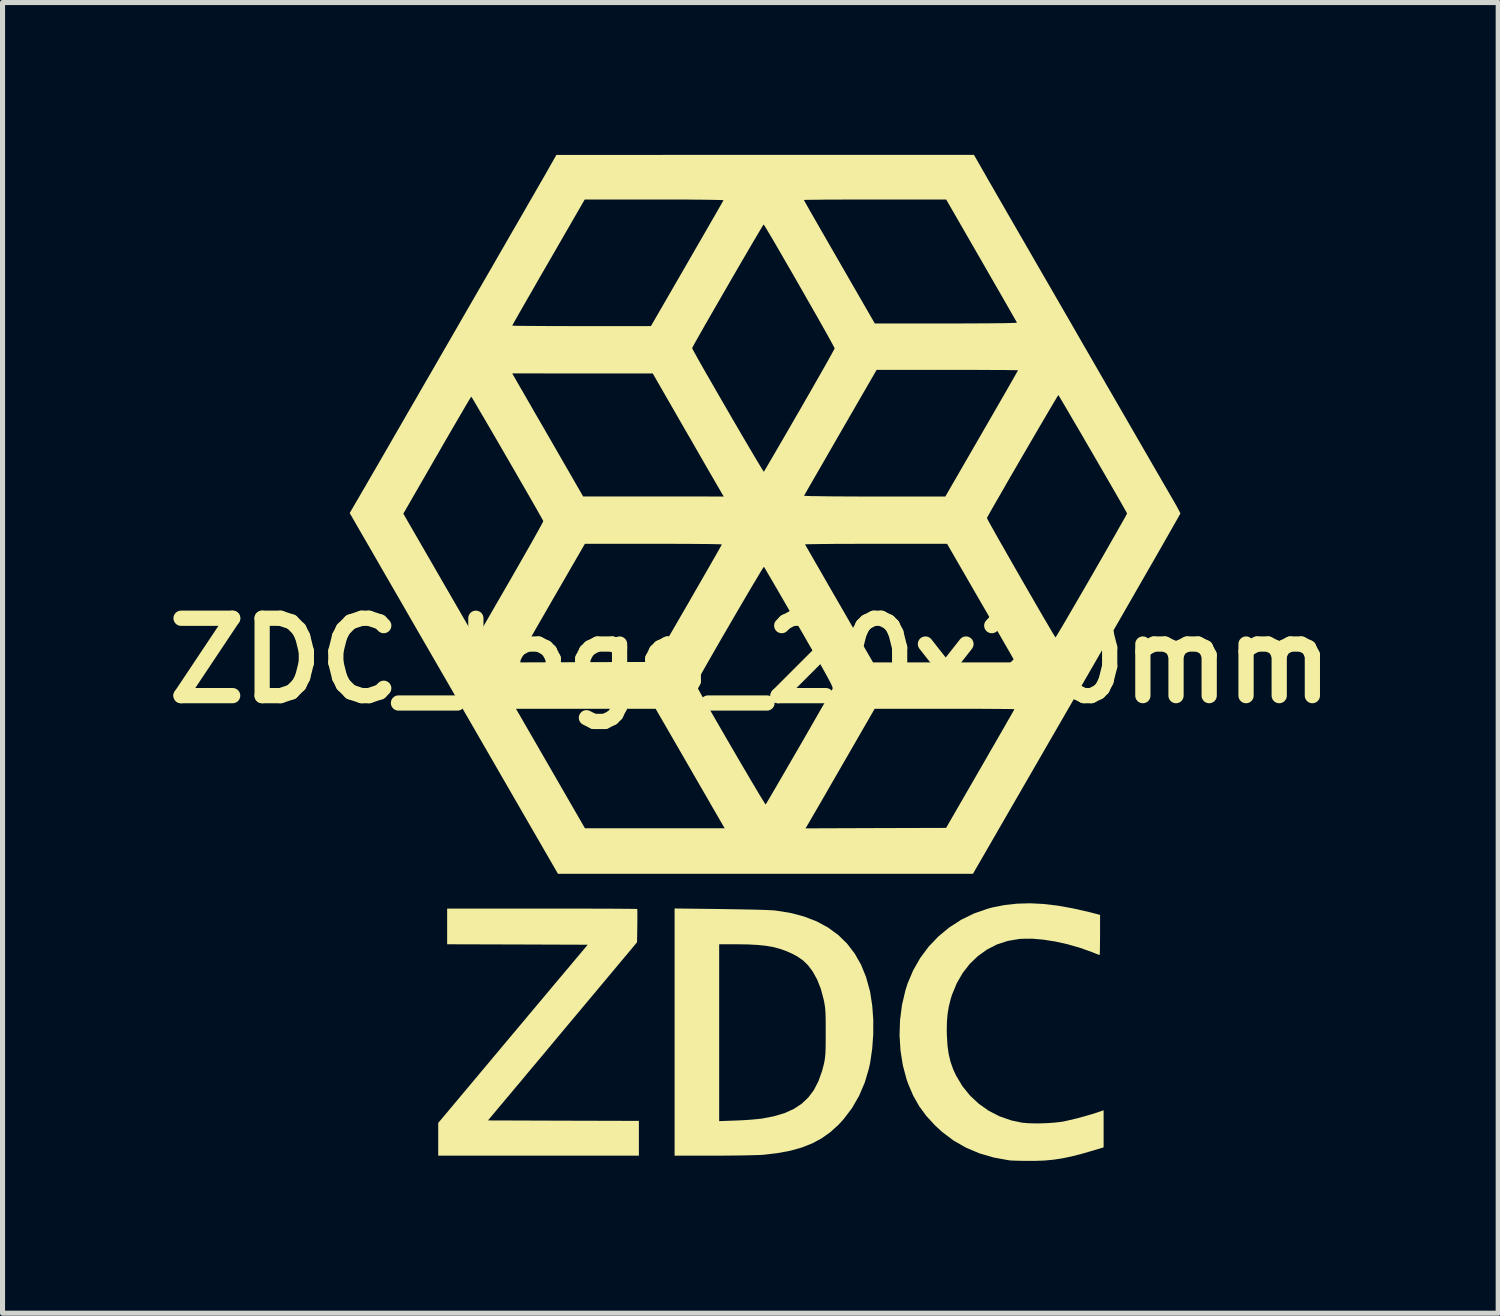
<source format=kicad_pcb>
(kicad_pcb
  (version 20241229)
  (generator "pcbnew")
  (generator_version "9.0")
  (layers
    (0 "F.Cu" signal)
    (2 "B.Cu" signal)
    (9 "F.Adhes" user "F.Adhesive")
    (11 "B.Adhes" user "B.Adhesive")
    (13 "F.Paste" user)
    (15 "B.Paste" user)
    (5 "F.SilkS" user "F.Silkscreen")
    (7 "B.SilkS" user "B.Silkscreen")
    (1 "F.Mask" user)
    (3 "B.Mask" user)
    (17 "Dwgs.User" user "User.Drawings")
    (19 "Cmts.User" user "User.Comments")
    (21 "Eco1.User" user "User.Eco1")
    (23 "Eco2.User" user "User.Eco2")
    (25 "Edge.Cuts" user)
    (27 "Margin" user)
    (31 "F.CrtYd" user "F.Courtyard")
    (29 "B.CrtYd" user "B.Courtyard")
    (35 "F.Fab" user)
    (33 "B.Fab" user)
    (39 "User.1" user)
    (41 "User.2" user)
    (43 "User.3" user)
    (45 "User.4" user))
  (footprint "ZDC_logo_20x20mm"
    (layer "F.Cu")
    (at 11.728 9.96)
    (property "Reference" "ZDC_logo_20x20mm" (at 0 0 0) (layer "F.SilkS") (effects (font (size 1.524 1.524) (thickness 0.3))))
    (attr board_only exclude_from_pos_files exclude_from_bom)
    (fp_poly (pts (xy -3.851 4.883) (xy -3.608 4.884) (xy -3.377 4.884) (xy -3.161 4.884) (xy -2.962 4.885) (xy -2.781 4.885) (xy -2.622 4.886) (xy -2.487 4.887) (xy -2.378 4.888) (xy -2.297 4.889) (xy -2.247 4.89) (xy -2.229 4.891) (xy -2.227 4.91) (xy -2.226 4.958) (xy -2.226 5.03) (xy -2.226 5.121) (xy -2.227 5.222) (xy -2.232 5.546) (xy -3.325 6.853) (xy -3.49 7.05) (xy -3.656 7.248) (xy -3.82 7.445) (xy -3.98 7.636) (xy -4.133 7.82) (xy -4.279 7.993) (xy -4.413 8.153) (xy -4.533 8.298) (xy -4.639 8.423) (xy -4.726 8.528) (xy -4.793 8.607) (xy -5.168 9.055) (xy -3.682 9.06) (xy -2.196 9.064) (xy -2.196 9.749) (xy -6.148 9.749) (xy -6.148 9.105) (xy -5.222 8) (xy -5.062 7.809) (xy -4.896 7.611) (xy -4.727 7.409) (xy -4.558 7.208) (xy -4.392 7.01) (xy -4.234 6.821) (xy -4.085 6.644) (xy -3.95 6.483) (xy -3.832 6.342) (xy -3.75 6.245) (xy -3.204 5.595) (xy -4.588 5.59) (xy -5.972 5.586) (xy -5.972 4.883) (xy -4.105 4.883)) (stroke (width 0) (type solid)) (fill yes) (layer "F.SilkS"))
    (fp_poly (pts (xy -0.584 4.892) (xy -0.403 4.895) (xy -0.227 4.898) (xy -0.061 4.901) (xy 0.09 4.904) (xy 0.224 4.908) (xy 0.336 4.912) (xy 0.421 4.916) (xy 0.476 4.92) (xy 0.483 4.92) (xy 0.782 4.967) (xy 1.056 5.039) (xy 1.305 5.135) (xy 1.53 5.257) (xy 1.73 5.403) (xy 1.905 5.574) (xy 2.054 5.769) (xy 2.179 5.988) (xy 2.278 6.232) (xy 2.352 6.5) (xy 2.361 6.543) (xy 2.4 6.801) (xy 2.42 7.076) (xy 2.419 7.36) (xy 2.399 7.641) (xy 2.36 7.909) (xy 2.335 8.028) (xy 2.252 8.31) (xy 2.14 8.572) (xy 2 8.814) (xy 1.832 9.035) (xy 1.73 9.145) (xy 1.574 9.286) (xy 1.404 9.407) (xy 1.218 9.507) (xy 1.014 9.588) (xy 0.786 9.652) (xy 0.533 9.699) (xy 0.263 9.731) (xy 0.202 9.735) (xy 0.111 9.738) (xy -0.006 9.741) (xy -0.143 9.744) (xy -0.296 9.746) (xy -0.46 9.748) (xy -0.63 9.749) (xy -0.716 9.749) (xy -1.493 9.749) (xy -1.493 5.586) (xy -0.615 5.586) (xy -0.615 9.069) (xy -0.285 9.057) (xy -0.165 9.052) (xy -0.042 9.044) (xy 0.073 9.035) (xy 0.171 9.025) (xy 0.225 9.019) (xy 0.464 8.973) (xy 0.673 8.911) (xy 0.854 8.829) (xy 1.009 8.727) (xy 1.141 8.603) (xy 1.251 8.455) (xy 1.34 8.282) (xy 1.411 8.082) (xy 1.444 7.957) (xy 1.456 7.903) (xy 1.465 7.851) (xy 1.472 7.797) (xy 1.477 7.735) (xy 1.48 7.659) (xy 1.482 7.564) (xy 1.483 7.444) (xy 1.483 7.325) (xy 1.483 7.18) (xy 1.482 7.064) (xy 1.48 6.972) (xy 1.476 6.898) (xy 1.471 6.835) (xy 1.463 6.779) (xy 1.453 6.723) (xy 1.443 6.675) (xy 1.387 6.464) (xy 1.314 6.28) (xy 1.225 6.119) (xy 1.219 6.111) (xy 1.134 5.998) (xy 1.039 5.906) (xy 0.926 5.827) (xy 0.817 5.769) (xy 0.695 5.716) (xy 0.572 5.673) (xy 0.441 5.639) (xy 0.298 5.615) (xy 0.137 5.599) (xy -0.047 5.589) (xy -0.261 5.586) (xy -0.277 5.586) (xy -0.615 5.586) (xy -1.493 5.586) (xy -1.493 4.881)) (stroke (width 0) (type solid)) (fill yes) (layer "F.SilkS"))
    (fp_poly (pts (xy 5.77 4.792) (xy 6.051 4.825) (xy 6.352 4.879) (xy 6.677 4.953) (xy 6.82 4.99) (xy 6.886 5.008) (xy 6.886 5.402) (xy 6.885 5.516) (xy 6.884 5.616) (xy 6.883 5.699) (xy 6.881 5.76) (xy 6.879 5.792) (xy 6.877 5.797) (xy 6.858 5.791) (xy 6.815 5.775) (xy 6.756 5.752) (xy 6.74 5.745) (xy 6.498 5.658) (xy 6.252 5.587) (xy 6.007 5.532) (xy 5.77 5.495) (xy 5.546 5.476) (xy 5.343 5.478) (xy 5.293 5.482) (xy 5.068 5.52) (xy 4.857 5.589) (xy 4.661 5.689) (xy 4.482 5.817) (xy 4.321 5.971) (xy 4.181 6.151) (xy 4.064 6.353) (xy 3.972 6.577) (xy 3.945 6.661) (xy 3.908 6.811) (xy 3.883 6.959) (xy 3.87 7.116) (xy 3.867 7.292) (xy 3.87 7.395) (xy 3.882 7.587) (xy 3.906 7.755) (xy 3.943 7.906) (xy 3.994 8.05) (xy 4.049 8.169) (xy 4.174 8.379) (xy 4.325 8.566) (xy 4.499 8.728) (xy 4.694 8.865) (xy 4.908 8.975) (xy 5.139 9.055) (xy 5.355 9.1) (xy 5.454 9.109) (xy 5.576 9.113) (xy 5.714 9.113) (xy 5.855 9.108) (xy 5.99 9.098) (xy 6.108 9.085) (xy 6.174 9.074) (xy 6.294 9.047) (xy 6.432 9.014) (xy 6.573 8.976) (xy 6.707 8.937) (xy 6.82 8.902) (xy 6.829 8.899) (xy 6.956 8.855) (xy 6.956 9.586) (xy 6.714 9.658) (xy 6.499 9.72) (xy 6.308 9.768) (xy 6.132 9.804) (xy 5.962 9.829) (xy 5.792 9.845) (xy 5.612 9.851) (xy 5.478 9.852) (xy 5.372 9.851) (xy 5.274 9.849) (xy 5.192 9.847) (xy 5.132 9.844) (xy 5.103 9.842) (xy 4.797 9.787) (xy 4.512 9.704) (xy 4.247 9.592) (xy 4.002 9.452) (xy 3.776 9.282) (xy 3.635 9.152) (xy 3.463 8.965) (xy 3.322 8.772) (xy 3.205 8.565) (xy 3.108 8.337) (xy 3.076 8.247) (xy 3.002 7.97) (xy 2.956 7.679) (xy 2.937 7.38) (xy 2.947 7.079) (xy 2.985 6.784) (xy 3.051 6.5) (xy 3.095 6.36) (xy 3.206 6.098) (xy 3.345 5.855) (xy 3.511 5.632) (xy 3.703 5.431) (xy 3.917 5.254) (xy 4.151 5.103) (xy 4.405 4.979) (xy 4.676 4.885) (xy 4.778 4.858) (xy 5.013 4.812) (xy 5.255 4.786) (xy 5.506 4.779)) (stroke (width 0) (type solid)) (fill yes) (layer "F.SilkS"))
    (fp_poly (pts (xy 4.551 -9.701) (xy 4.584 -9.643) (xy 4.633 -9.558) (xy 4.695 -9.448) (xy 4.771 -9.318) (xy 4.856 -9.169) (xy 4.951 -9.005) (xy 5.052 -8.829) (xy 5.159 -8.644) (xy 5.269 -8.453) (xy 5.373 -8.273) (xy 5.495 -8.062) (xy 5.622 -7.842) (xy 5.753 -7.615) (xy 5.884 -7.389) (xy 6.012 -7.167) (xy 6.135 -6.954) (xy 6.25 -6.755) (xy 6.354 -6.575) (xy 6.444 -6.418) (xy 6.478 -6.359) (xy 6.599 -6.149) (xy 6.726 -5.93) (xy 6.856 -5.704) (xy 6.989 -5.473) (xy 7.124 -5.24) (xy 7.258 -5.008) (xy 7.391 -4.778) (xy 7.521 -4.553) (xy 7.646 -4.336) (xy 7.766 -4.129) (xy 7.878 -3.935) (xy 7.982 -3.755) (xy 8.076 -3.593) (xy 8.158 -3.451) (xy 8.228 -3.331) (xy 8.283 -3.235) (xy 8.323 -3.167) (xy 8.332 -3.151) (xy 8.379 -3.069) (xy 8.419 -2.997) (xy 8.448 -2.94) (xy 8.465 -2.905) (xy 8.467 -2.898) (xy 8.458 -2.88) (xy 8.433 -2.834) (xy 8.391 -2.76) (xy 8.334 -2.66) (xy 8.263 -2.535) (xy 8.178 -2.386) (xy 8.08 -2.214) (xy 7.97 -2.022) (xy 7.848 -1.81) (xy 7.716 -1.58) (xy 7.574 -1.333) (xy 7.423 -1.07) (xy 7.264 -0.793) (xy 7.097 -0.503) (xy 6.923 -0.201) (xy 6.743 0.11) (xy 6.558 0.431) (xy 6.425 0.662) (xy 4.383 4.198) (xy -3.79 4.198) (xy -4.307 3.303) (xy 1.085 3.303) (xy 2.469 3.298) (xy 3.854 3.294) (xy 4.527 2.128) (xy 4.634 1.943) (xy 4.735 1.766) (xy 4.831 1.601) (xy 4.918 1.449) (xy 4.996 1.314) (xy 5.063 1.196) (xy 5.119 1.099) (xy 5.161 1.026) (xy 5.188 0.977) (xy 5.199 0.956) (xy 5.199 0.956) (xy 5.182 0.955) (xy 5.133 0.954) (xy 5.053 0.953) (xy 4.947 0.952) (xy 4.816 0.951) (xy 4.663 0.95) (xy 4.491 0.949) (xy 4.302 0.949) (xy 4.099 0.949) (xy 3.886 0.949) (xy 3.823 0.949) (xy 2.447 0.949) (xy 1.791 2.086) (xy 1.685 2.27) (xy 1.583 2.446) (xy 1.488 2.612) (xy 1.4 2.764) (xy 1.321 2.901) (xy 1.252 3.019) (xy 1.195 3.117) (xy 1.152 3.192) (xy 1.123 3.241) (xy 1.11 3.263) (xy 1.11 3.263) (xy 1.085 3.303) (xy -4.307 3.303) (xy -5.666 0.949) (xy -4.616 0.949) (xy -3.937 2.125) (xy -3.258 3.302) (xy -0.506 3.302) (xy -0.54 3.245) (xy -0.554 3.221) (xy -0.584 3.169) (xy -0.629 3.091) (xy -0.687 2.991) (xy -0.757 2.87) (xy -0.836 2.732) (xy -0.925 2.578) (xy -1.021 2.412) (xy -1.123 2.236) (xy -1.219 2.068) (xy -1.866 0.949) (xy -4.616 0.949) (xy -5.666 0.949) (xy -5.81 0.698) (xy -5.945 0.464) (xy -1.077 0.464) (xy -1.069 0.484) (xy -1.044 0.531) (xy -1.005 0.601) (xy -0.954 0.694) (xy -0.891 0.804) (xy -0.819 0.931) (xy -0.738 1.071) (xy -0.652 1.221) (xy -0.561 1.378) (xy -0.467 1.541) (xy -0.372 1.704) (xy -0.277 1.867) (xy -0.184 2.027) (xy -0.094 2.179) (xy -0.01 2.323) (xy 0.068 2.454) (xy 0.137 2.57) (xy 0.196 2.669) (xy 0.244 2.746) (xy 0.278 2.801) (xy 0.297 2.829) (xy 0.301 2.833) (xy 0.312 2.816) (xy 0.338 2.771) (xy 0.38 2.7) (xy 0.435 2.606) (xy 0.502 2.492) (xy 0.579 2.359) (xy 0.666 2.21) (xy 0.76 2.047) (xy 0.86 1.874) (xy 0.959 1.704) (xy 1.064 1.522) (xy 1.164 1.348) (xy 1.258 1.184) (xy 1.344 1.034) (xy 1.421 0.9) (xy 1.488 0.784) (xy 1.542 0.689) (xy 1.584 0.617) (xy 1.61 0.57) (xy 1.619 0.552) (xy 1.62 0.541) (xy 1.615 0.522) (xy 1.604 0.493) (xy 1.585 0.452) (xy 1.556 0.396) (xy 1.518 0.325) (xy 1.469 0.235) (xy 1.408 0.126) (xy 1.334 -0.005) (xy 1.246 -0.159) (xy 1.142 -0.339) (xy 1.023 -0.547) (xy 0.957 -0.66) (xy 0.85 -0.846) (xy 0.747 -1.024) (xy 0.65 -1.191) (xy 0.562 -1.344) (xy 0.482 -1.481) (xy 0.413 -1.6) (xy 0.355 -1.698) (xy 0.311 -1.774) (xy 0.281 -1.824) (xy 0.267 -1.847) (xy 0.267 -1.848) (xy 0.256 -1.835) (xy 0.23 -1.794) (xy 0.19 -1.729) (xy 0.138 -1.641) (xy 0.074 -1.535) (xy 0.001 -1.412) (xy -0.079 -1.276) (xy -0.165 -1.129) (xy -0.256 -0.974) (xy -0.349 -0.814) (xy -0.443 -0.652) (xy -0.537 -0.491) (xy -0.628 -0.333) (xy -0.715 -0.182) (xy -0.797 -0.039) (xy -0.871 0.091) (xy -0.937 0.206) (xy -0.992 0.304) (xy -1.034 0.381) (xy -1.063 0.434) (xy -1.077 0.462) (xy -1.077 0.464) (xy -5.945 0.464) (xy -5.998 0.373) (xy -6.181 0.056) (xy -6.193 0.035) (xy -4.603 0.035) (xy -1.894 0.026) (xy -1.228 -1.124) (xy -1.122 -1.309) (xy -1.021 -1.484) (xy -0.926 -1.649) (xy -0.839 -1.8) (xy -0.762 -1.935) (xy -0.695 -2.051) (xy -0.641 -2.147) (xy -0.6 -2.22) (xy -0.573 -2.268) (xy -0.563 -2.288) (xy -0.563 -2.288) (xy 1.076 -2.288) (xy 1.086 -2.271) (xy 1.112 -2.226) (xy 1.153 -2.155) (xy 1.207 -2.061) (xy 1.273 -1.946) (xy 1.35 -1.813) (xy 1.436 -1.663) (xy 1.53 -1.499) (xy 1.631 -1.324) (xy 1.737 -1.14) (xy 1.749 -1.12) (xy 2.415 0.035) (xy 5.219 0.035) (xy 5.161 -0.067) (xy 5.142 -0.1) (xy 5.108 -0.16) (xy 5.059 -0.245) (xy 4.997 -0.352) (xy 4.925 -0.478) (xy 4.842 -0.621) (xy 4.752 -0.778) (xy 4.655 -0.947) (xy 4.553 -1.123) (xy 4.488 -1.235) (xy 3.873 -2.301) (xy 2.471 -2.301) (xy 2.253 -2.301) (xy 2.045 -2.3) (xy 1.851 -2.3) (xy 1.672 -2.299) (xy 1.512 -2.297) (xy 1.373 -2.296) (xy 1.257 -2.294) (xy 1.168 -2.293) (xy 1.107 -2.291) (xy 1.079 -2.289) (xy 1.076 -2.288) (xy -0.563 -2.288) (xy -0.58 -2.29) (xy -0.629 -2.292) (xy -0.708 -2.294) (xy -0.815 -2.296) (xy -0.945 -2.297) (xy -1.098 -2.298) (xy -1.269 -2.3) (xy -1.457 -2.3) (xy -1.659 -2.301) (xy -1.871 -2.301) (xy -1.91 -2.301) (xy -3.259 -2.301) (xy -3.9 -1.192) (xy -4.005 -1.009) (xy -4.106 -0.834) (xy -4.201 -0.67) (xy -4.288 -0.518) (xy -4.367 -0.382) (xy -4.434 -0.264) (xy -4.491 -0.167) (xy -4.533 -0.092) (xy -4.561 -0.043) (xy -4.572 -0.023) (xy -4.603 0.035) (xy -6.193 0.035) (xy -6.359 -0.252) (xy -6.531 -0.549) (xy -6.696 -0.835) (xy -6.853 -1.108) (xy -7.002 -1.366) (xy -7.142 -1.608) (xy -7.272 -1.833) (xy -7.391 -2.04) (xy -7.498 -2.226) (xy -7.594 -2.391) (xy -7.676 -2.533) (xy -7.744 -2.651) (xy -7.797 -2.743) (xy -7.835 -2.809) (xy -7.856 -2.846) (xy -7.861 -2.854) (xy -7.884 -2.894) (xy -6.835 -2.894) (xy -6.154 -1.715) (xy -6.046 -1.527) (xy -5.941 -1.346) (xy -5.843 -1.176) (xy -5.752 -1.019) (xy -5.67 -0.876) (xy -5.598 -0.752) (xy -5.538 -0.647) (xy -5.49 -0.565) (xy -5.457 -0.508) (xy -5.44 -0.479) (xy -5.439 -0.477) (xy -5.416 -0.441) (xy -5.402 -0.432) (xy -5.389 -0.447) (xy -5.387 -0.451) (xy -5.375 -0.471) (xy -5.348 -0.519) (xy -5.305 -0.593) (xy -5.25 -0.689) (xy -5.182 -0.807) (xy -5.104 -0.942) (xy -5.017 -1.093) (xy -4.922 -1.257) (xy -4.821 -1.432) (xy -4.721 -1.605) (xy -4.616 -1.788) (xy -4.517 -1.961) (xy -4.424 -2.124) (xy -4.339 -2.273) (xy -4.264 -2.406) (xy -4.2 -2.521) (xy -4.148 -2.615) (xy -4.109 -2.686) (xy -4.086 -2.731) (xy -4.079 -2.748) (xy -4.088 -2.767) (xy -4.111 -2.809) (xy 4.658 -2.809) (xy 4.666 -2.792) (xy 4.689 -2.747) (xy 4.727 -2.678) (xy 4.778 -2.587) (xy 4.84 -2.477) (xy 4.911 -2.351) (xy 4.991 -2.212) (xy 5.076 -2.062) (xy 5.166 -1.904) (xy 5.259 -1.742) (xy 5.353 -1.578) (xy 5.447 -1.415) (xy 5.539 -1.256) (xy 5.627 -1.103) (xy 5.71 -0.96) (xy 5.786 -0.829) (xy 5.854 -0.714) (xy 5.911 -0.616) (xy 5.957 -0.539) (xy 5.99 -0.486) (xy 6.007 -0.46) (xy 6.009 -0.457) (xy 6.019 -0.472) (xy 6.046 -0.515) (xy 6.087 -0.584) (xy 6.142 -0.676) (xy 6.209 -0.79) (xy 6.286 -0.923) (xy 6.373 -1.072) (xy 6.469 -1.237) (xy 6.571 -1.413) (xy 6.679 -1.599) (xy 6.721 -1.672) (xy 6.83 -1.862) (xy 6.934 -2.042) (xy 7.031 -2.212) (xy 7.12 -2.368) (xy 7.201 -2.509) (xy 7.27 -2.632) (xy 7.328 -2.734) (xy 7.373 -2.813) (xy 7.403 -2.868) (xy 7.417 -2.896) (xy 7.418 -2.898) (xy 7.408 -2.918) (xy 7.382 -2.964) (xy 7.342 -3.035) (xy 7.29 -3.127) (xy 7.226 -3.238) (xy 7.153 -3.365) (xy 7.072 -3.505) (xy 6.986 -3.654) (xy 6.895 -3.811) (xy 6.801 -3.973) (xy 6.707 -4.136) (xy 6.612 -4.298) (xy 6.521 -4.456) (xy 6.433 -4.606) (xy 6.35 -4.747) (xy 6.275 -4.876) (xy 6.209 -4.989) (xy 6.153 -5.083) (xy 6.11 -5.156) (xy 6.08 -5.206) (xy 6.066 -5.228) (xy 6.065 -5.229) (xy 6.055 -5.215) (xy 6.029 -5.173) (xy 5.989 -5.106) (xy 5.936 -5.017) (xy 5.872 -4.909) (xy 5.799 -4.784) (xy 5.717 -4.645) (xy 5.63 -4.496) (xy 5.538 -4.338) (xy 5.443 -4.175) (xy 5.346 -4.009) (xy 5.25 -3.843) (xy 5.156 -3.681) (xy 5.065 -3.524) (xy 4.98 -3.375) (xy 4.901 -3.238) (xy 4.83 -3.115) (xy 4.769 -3.009) (xy 4.72 -2.922) (xy 4.684 -2.858) (xy 4.663 -2.819) (xy 4.658 -2.809) (xy -4.111 -2.809) (xy -4.114 -2.814) (xy -4.154 -2.884) (xy -4.206 -2.977) (xy -4.27 -3.089) (xy -4.343 -3.216) (xy -4.424 -3.357) (xy -4.512 -3.509) (xy -4.604 -3.669) (xy -4.699 -3.834) (xy -4.796 -4.001) (xy -4.892 -4.167) (xy -4.987 -4.331) (xy -5.078 -4.488) (xy -5.165 -4.637) (xy -5.245 -4.774) (xy -5.317 -4.896) (xy -5.379 -5.002) (xy -5.429 -5.088) (xy -5.467 -5.151) (xy -5.49 -5.189) (xy -5.497 -5.199) (xy -5.507 -5.184) (xy -5.534 -5.141) (xy -5.575 -5.072) (xy -5.629 -4.98) (xy -5.695 -4.867) (xy -5.772 -4.735) (xy -5.859 -4.586) (xy -5.953 -4.424) (xy -6.054 -4.25) (xy -6.159 -4.066) (xy -6.171 -4.046) (xy -6.835 -2.894) (xy -7.884 -2.894) (xy -7.891 -2.907) (xy -7.681 -3.267) (xy -7.642 -3.335) (xy -7.586 -3.43) (xy -7.517 -3.55) (xy -7.434 -3.693) (xy -7.34 -3.855) (xy -7.237 -4.033) (xy -7.126 -4.225) (xy -7.009 -4.429) (xy -6.886 -4.641) (xy -6.761 -4.858) (xy -6.634 -5.078) (xy -6.604 -5.129) (xy -6.458 -5.383) (xy -6.3 -5.656) (xy -4.691 -5.656) (xy -4.642 -5.572) (xy -4.625 -5.543) (xy -4.593 -5.486) (xy -4.546 -5.404) (xy -4.485 -5.3) (xy -4.414 -5.176) (xy -4.332 -5.034) (xy -4.242 -4.877) (xy -4.144 -4.708) (xy -4.041 -4.53) (xy -3.943 -4.36) (xy -3.294 -3.233) (xy -1.909 -3.233) (xy -0.525 -3.232) (xy -0.534 -3.247) (xy 1.057 -3.247) (xy 1.073 -3.245) (xy 1.122 -3.243) (xy 1.2 -3.24) (xy 1.306 -3.239) (xy 1.437 -3.237) (xy 1.59 -3.235) (xy 1.762 -3.234) (xy 1.952 -3.233) (xy 2.155 -3.232) (xy 2.371 -3.232) (xy 2.445 -3.232) (xy 3.839 -3.232) (xy 4.554 -4.47) (xy 4.665 -4.662) (xy 4.77 -4.844) (xy 4.869 -5.016) (xy 4.96 -5.174) (xy 5.042 -5.316) (xy 5.113 -5.441) (xy 5.173 -5.545) (xy 5.219 -5.627) (xy 5.251 -5.683) (xy 5.268 -5.713) (xy 5.27 -5.718) (xy 5.253 -5.719) (xy 5.203 -5.72) (xy 5.124 -5.721) (xy 5.017 -5.723) (xy 4.886 -5.724) (xy 4.732 -5.724) (xy 4.56 -5.725) (xy 4.371 -5.726) (xy 4.168 -5.726) (xy 3.953 -5.726) (xy 3.878 -5.726) (xy 2.486 -5.726) (xy 1.774 -4.494) (xy 1.664 -4.303) (xy 1.559 -4.121) (xy 1.46 -3.949) (xy 1.369 -3.791) (xy 1.287 -3.649) (xy 1.215 -3.524) (xy 1.155 -3.42) (xy 1.108 -3.338) (xy 1.076 -3.281) (xy 1.059 -3.251) (xy 1.057 -3.247) (xy -0.534 -3.247) (xy -0.57 -3.307) (xy -0.585 -3.334) (xy -0.617 -3.389) (xy -0.664 -3.469) (xy -0.723 -3.572) (xy -0.795 -3.696) (xy -0.876 -3.836) (xy -0.966 -3.992) (xy -1.063 -4.161) (xy -1.165 -4.339) (xy -1.269 -4.518) (xy -1.923 -5.655) (xy -4.691 -5.656) (xy -6.3 -5.656) (xy -6.299 -5.657) (xy -6.132 -5.947) (xy -6.012 -6.155) (xy -1.147 -6.155) (xy -1.139 -6.136) (xy -1.114 -6.089) (xy -1.075 -6.019) (xy -1.024 -5.926) (xy -0.961 -5.815) (xy -0.889 -5.688) (xy -0.808 -5.548) (xy -0.721 -5.397) (xy -0.63 -5.238) (xy -0.535 -5.074) (xy -0.439 -4.908) (xy -0.343 -4.742) (xy -0.248 -4.58) (xy -0.157 -4.423) (xy -0.07 -4.276) (xy 0.01 -4.14) (xy 0.082 -4.018) (xy 0.145 -3.913) (xy 0.196 -3.828) (xy 0.234 -3.766) (xy 0.258 -3.729) (xy 0.266 -3.72) (xy 0.276 -3.737) (xy 0.303 -3.782) (xy 0.344 -3.853) (xy 0.399 -3.947) (xy 0.466 -4.062) (xy 0.544 -4.196) (xy 0.632 -4.347) (xy 0.727 -4.511) (xy 0.829 -4.688) (xy 0.936 -4.873) (xy 0.968 -4.927) (xy 1.076 -5.116) (xy 1.18 -5.296) (xy 1.276 -5.465) (xy 1.365 -5.621) (xy 1.445 -5.761) (xy 1.514 -5.884) (xy 1.571 -5.986) (xy 1.615 -6.066) (xy 1.645 -6.12) (xy 1.658 -6.148) (xy 1.659 -6.15) (xy 1.65 -6.169) (xy 1.626 -6.215) (xy 1.587 -6.286) (xy 1.536 -6.379) (xy 1.474 -6.491) (xy 1.402 -6.618) (xy 1.322 -6.76) (xy 1.235 -6.912) (xy 1.144 -7.071) (xy 1.05 -7.236) (xy 0.955 -7.403) (xy 0.859 -7.57) (xy 0.765 -7.733) (xy 0.674 -7.89) (xy 0.589 -8.038) (xy 0.51 -8.174) (xy 0.439 -8.296) (xy 0.377 -8.4) (xy 0.327 -8.484) (xy 0.29 -8.546) (xy 0.267 -8.581) (xy 0.261 -8.589) (xy 0.25 -8.574) (xy 0.224 -8.532) (xy 0.184 -8.465) (xy 0.131 -8.375) (xy 0.066 -8.266) (xy -0.007 -8.141) (xy -0.088 -8.002) (xy -0.176 -7.852) (xy -0.268 -7.693) (xy -0.363 -7.53) (xy -0.459 -7.363) (xy -0.555 -7.197) (xy -0.649 -7.034) (xy -0.74 -6.876) (xy -0.826 -6.727) (xy -0.905 -6.589) (xy -0.975 -6.465) (xy -1.036 -6.358) (xy -1.085 -6.271) (xy -1.121 -6.206) (xy -1.142 -6.166) (xy -1.147 -6.155) (xy -6.012 -6.155) (xy -5.958 -6.248) (xy -5.782 -6.553) (xy -5.756 -6.598) (xy -4.69 -6.598) (xy -4.673 -6.596) (xy -4.623 -6.595) (xy -4.544 -6.593) (xy -4.437 -6.592) (xy -4.306 -6.591) (xy -4.154 -6.59) (xy -3.982 -6.589) (xy -3.793 -6.588) (xy -3.591 -6.588) (xy -3.378 -6.587) (xy -3.324 -6.587) (xy -1.959 -6.588) (xy -1.247 -7.82) (xy -1.137 -8.011) (xy -1.032 -8.193) (xy -0.933 -8.364) (xy -0.842 -8.522) (xy -0.76 -8.665) (xy -0.688 -8.789) (xy -0.628 -8.894) (xy -0.581 -8.976) (xy -0.549 -9.033) (xy -0.532 -9.063) (xy -0.53 -9.067) (xy -0.546 -9.069) (xy -0.595 -9.071) (xy -0.607 -9.071) (xy 1.054 -9.071) (xy 1.063 -9.055) (xy 1.087 -9.011) (xy 1.127 -8.94) (xy 1.18 -8.846) (xy 1.246 -8.731) (xy 1.323 -8.597) (xy 1.409 -8.447) (xy 1.504 -8.282) (xy 1.605 -8.106) (xy 1.713 -7.919) (xy 1.752 -7.851) (xy 2.45 -6.64) (xy 3.853 -6.64) (xy 4.102 -6.64) (xy 4.332 -6.641) (xy 4.54 -6.642) (xy 4.725 -6.643) (xy 4.885 -6.645) (xy 5.018 -6.646) (xy 5.123 -6.649) (xy 5.197 -6.651) (xy 5.24 -6.654) (xy 5.249 -6.656) (xy 5.24 -6.673) (xy 5.214 -6.719) (xy 5.173 -6.79) (xy 5.119 -6.885) (xy 5.053 -7.001) (xy 4.976 -7.135) (xy 4.889 -7.286) (xy 4.794 -7.451) (xy 4.692 -7.628) (xy 4.585 -7.815) (xy 4.55 -7.876) (xy 3.856 -9.08) (xy 2.455 -9.081) (xy 2.236 -9.081) (xy 2.028 -9.08) (xy 1.833 -9.08) (xy 1.654 -9.079) (xy 1.493 -9.079) (xy 1.354 -9.077) (xy 1.237 -9.076) (xy 1.147 -9.075) (xy 1.086 -9.074) (xy 1.056 -9.072) (xy 1.054 -9.071) (xy -0.607 -9.071) (xy -0.673 -9.073) (xy -0.779 -9.075) (xy -0.909 -9.077) (xy -1.061 -9.078) (xy -1.233 -9.08) (xy -1.421 -9.081) (xy -1.622 -9.081) (xy -1.836 -9.081) (xy -1.893 -9.081) (xy -3.263 -9.081) (xy -3.976 -7.845) (xy -4.087 -7.654) (xy -4.192 -7.472) (xy -4.29 -7.3) (xy -4.381 -7.142) (xy -4.463 -7) (xy -4.534 -6.875) (xy -4.593 -6.771) (xy -4.64 -6.689) (xy -4.672 -6.632) (xy -4.688 -6.602) (xy -4.69 -6.598) (xy -5.756 -6.598) (xy -5.607 -6.857) (xy -5.435 -7.155) (xy -5.27 -7.44) (xy -5.115 -7.708) (xy -4.974 -7.953) (xy -4.936 -8.019) (xy -4.815 -8.229) (xy -4.696 -8.436) (xy -4.58 -8.636) (xy -4.469 -8.828) (xy -4.366 -9.008) (xy -4.27 -9.173) (xy -4.185 -9.322) (xy -4.111 -9.45) (xy -4.05 -9.556) (xy -4.004 -9.636) (xy -3.978 -9.683) (xy -3.821 -9.959) (xy 0.291 -9.96) (xy 4.403 -9.96)) (stroke (width 0) (type solid)) (fill yes) (layer "F.SilkS")))
  (gr_rect
    (start -3 -3)
    (end 26.455 22.811)
    (stroke (width 0.1) (type default))
    (fill no)
    (layer "Edge.Cuts")))
</source>
